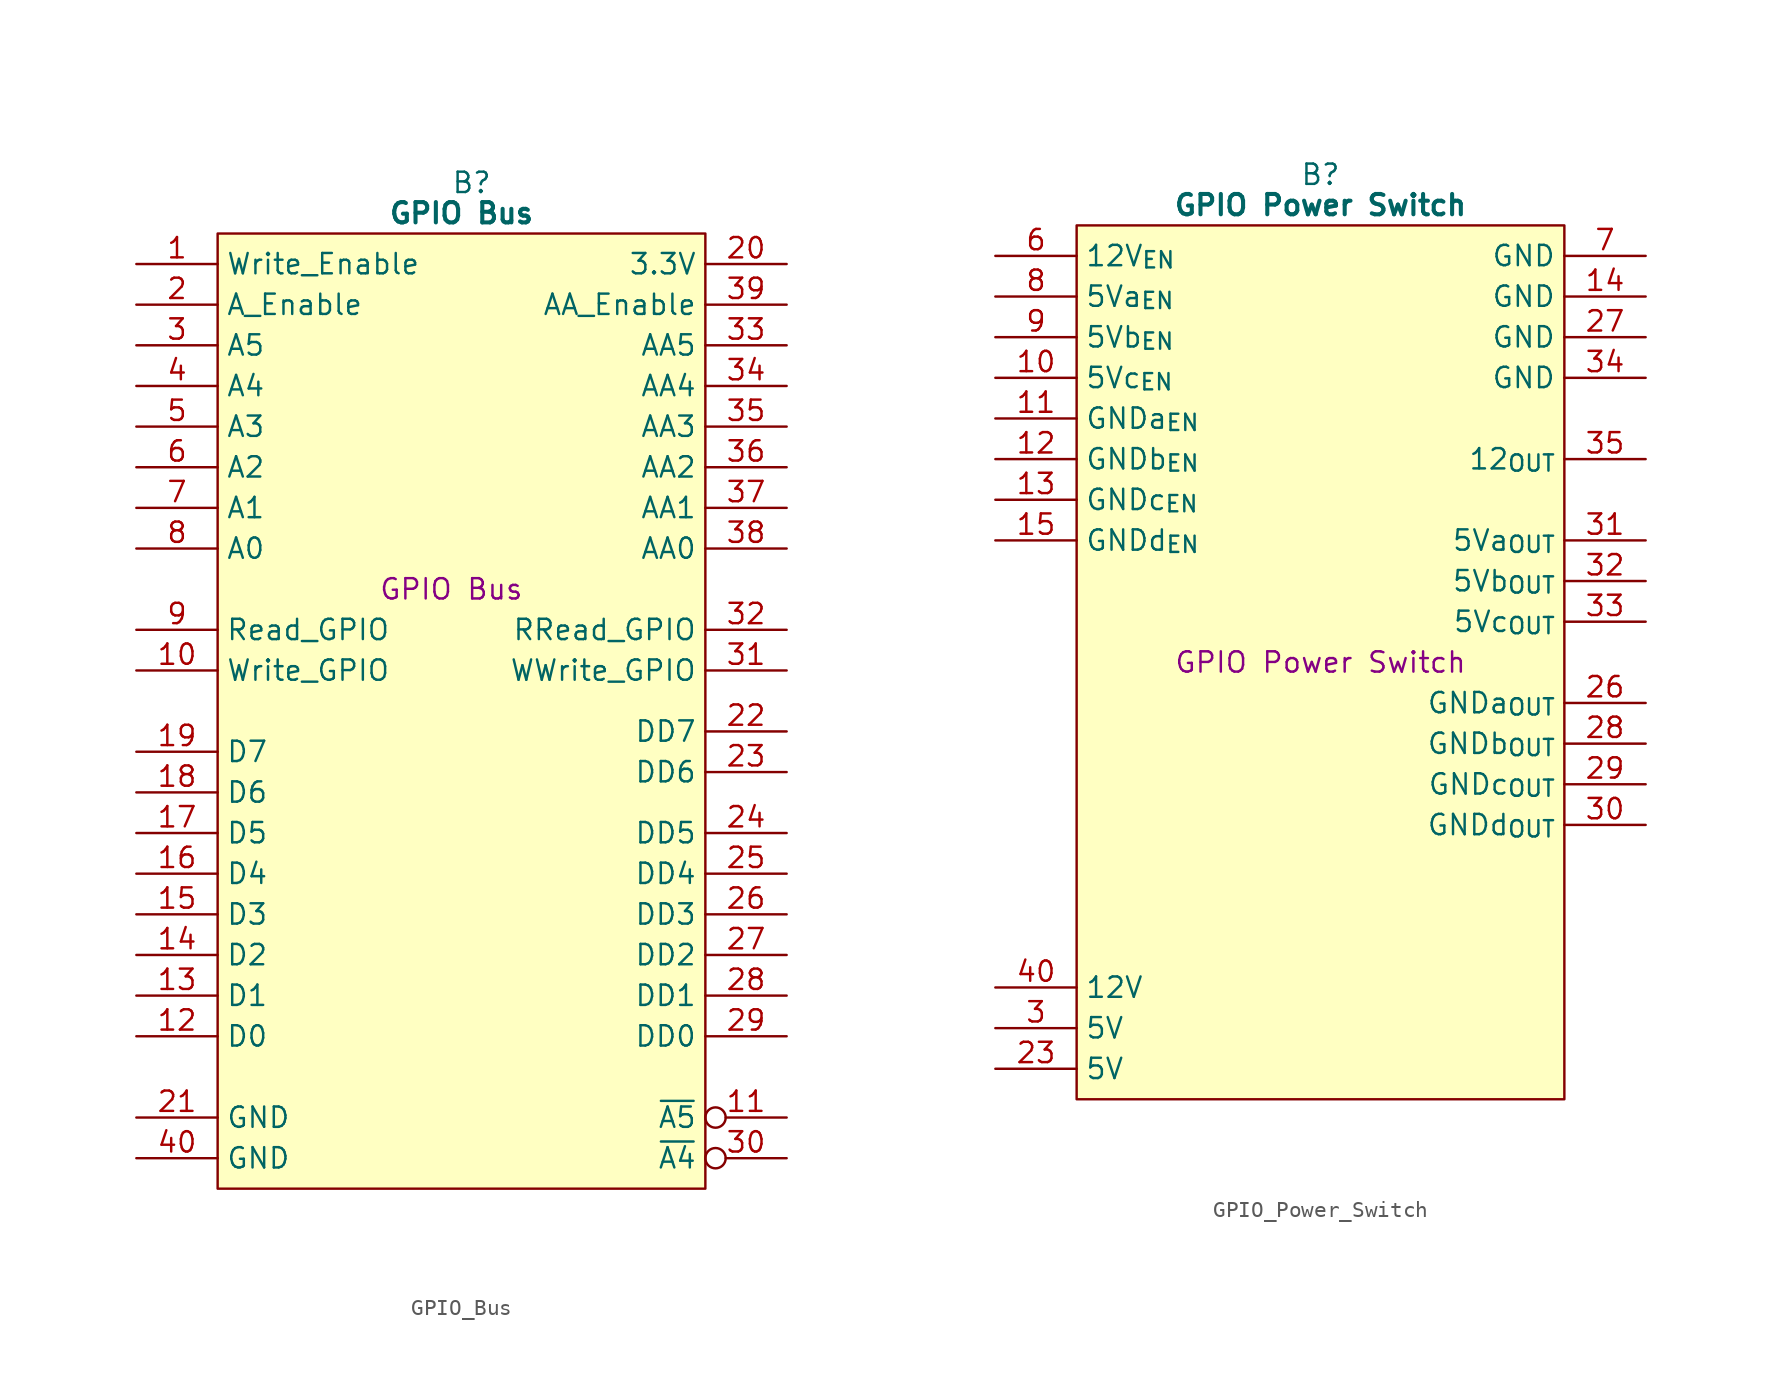
<source format=kicad_sym>
(kicad_symbol_lib
  (version 20241209)
  (generator "kicad_symbol_editor")
  (generator_version "9.0")
  (symbol "GPIO_Bus"
    (property "Reference" "B"
      (at 15.875 5.08 0)
      (effects (font (size 1.27 1.27))))
    (property "Value" "GPIO Bus"
      (at 15.24 3.175 0)
      (effects (font (size 1.27 1.27) (bold yes))))
    (property "Description" "GPIO Bus"
      (at 14.605 -20.32 0)
      (effects (font (size 1.27 1.27))))
    (symbol "GPIO_Bus_0_1"
      (polyline (pts (xy 0 1.905) (xy 30.48 1.905) (xy 30.48 -57.785) (xy 0 -57.785) (xy 0 1.905)) (stroke (width 0.152) (type default)) (fill (type background))))
    (symbol "GPIO_Bus_1_0"
      (pin passive line (at -5.08 -55.88 0) (length 5.08) (name "GND" (effects (font (size 1.27 1.27)))) (number "40" (effects (font (size 1.27 1.27)))))
      (pin output line (at 35.56 -2.54 180) (length 5.08) (name "AA_Enable" (effects (font (size 1.27 1.27)))) (number "39" (effects (font (size 1.27 1.27)))))
      (pin output line (at 35.56 -22.86 180) (length 5.08) (name "RRead_GPIO" (effects (font (size 1.27 1.27)))) (number "32" (effects (font (size 1.27 1.27))))))
    (symbol "GPIO_Bus_1_1"
      (pin input line (at -5.08 0 0) (length 5.08) (name "Write_Enable" (effects (font (size 1.27 1.27)))) (number "1" (effects (font (size 1.27 1.27)))))
      (pin input line (at -5.08 -2.54 0) (length 5.08) (name "A_Enable" (effects (font (size 1.27 1.27)))) (number "2" (effects (font (size 1.27 1.27)))))
      (pin input line (at -5.08 -5.08 0) (length 5.08) (name "A5" (effects (font (size 1.27 1.27)))) (number "3" (effects (font (size 1.27 1.27)))))
      (pin input line (at -5.08 -7.62 0) (length 5.08) (name "A4" (effects (font (size 1.27 1.27)))) (number "4" (effects (font (size 1.27 1.27)))))
      (pin input line (at -5.08 -10.16 0) (length 5.08) (name "A3" (effects (font (size 1.27 1.27)))) (number "5" (effects (font (size 1.27 1.27)))))
      (pin input line (at -5.08 -12.7 0) (length 5.08) (name "A2" (effects (font (size 1.27 1.27)))) (number "6" (effects (font (size 1.27 1.27)))))
      (pin input line (at -5.08 -15.24 0) (length 5.08) (name "A1" (effects (font (size 1.27 1.27)))) (number "7" (effects (font (size 1.27 1.27)))))
      (pin input line (at -5.08 -17.78 0) (length 5.08) (name "A0" (effects (font (size 1.27 1.27)))) (number "8" (effects (font (size 1.27 1.27)))))
      (pin input line (at -5.08 -22.86 0) (length 5.08) (name "Read_GPIO" (effects (font (size 1.27 1.27)))) (number "9" (effects (font (size 1.27 1.27)))))
      (pin input line (at -5.08 -25.4 0) (length 5.08) (name "Write_GPIO" (effects (font (size 1.27 1.27)))) (number "10" (effects (font (size 1.27 1.27)))))
      (pin tri_state line (at -5.08 -30.48 0) (length 5.08) (name "D7" (effects (font (size 1.27 1.27)))) (number "19" (effects (font (size 1.27 1.27)))))
      (pin tri_state line (at -5.08 -33.02 0) (length 5.08) (name "D6" (effects (font (size 1.27 1.27)))) (number "18" (effects (font (size 1.27 1.27)))))
      (pin tri_state line (at -5.08 -35.56 0) (length 5.08) (name "D5" (effects (font (size 1.27 1.27)))) (number "17" (effects (font (size 1.27 1.27)))))
      (pin tri_state line (at -5.08 -38.1 0) (length 5.08) (name "D4" (effects (font (size 1.27 1.27)))) (number "16" (effects (font (size 1.27 1.27)))))
      (pin tri_state line (at -5.08 -40.64 0) (length 5.08) (name "D3" (effects (font (size 1.27 1.27)))) (number "15" (effects (font (size 1.27 1.27)))))
      (pin tri_state line (at -5.08 -43.18 0) (length 5.08) (name "D2" (effects (font (size 1.27 1.27)))) (number "14" (effects (font (size 1.27 1.27)))))
      (pin tri_state line (at -5.08 -45.72 0) (length 5.08) (name "D1" (effects (font (size 1.27 1.27)))) (number "13" (effects (font (size 1.27 1.27)))))
      (pin tri_state line (at -5.08 -48.26 0) (length 5.08) (name "D0" (effects (font (size 1.27 1.27)))) (number "12" (effects (font (size 1.27 1.27)))))
      (pin passive line (at -5.08 -53.34 0) (length 5.08) (name "GND" (effects (font (size 1.27 1.27)))) (number "21" (effects (font (size 1.27 1.27)))))
      (pin passive line (at 35.56 0 180) (length 5.08) (name "3.3V" (effects (font (size 1.27 1.27)))) (number "20" (effects (font (size 1.27 1.27)))))
      (pin output line (at 35.56 -5.08 180) (length 5.08) (name "AA5" (effects (font (size 1.27 1.27)))) (number "33" (effects (font (size 1.27 1.27)))))
      (pin output line (at 35.56 -7.62 180) (length 5.08) (name "AA4" (effects (font (size 1.27 1.27)))) (number "34" (effects (font (size 1.27 1.27)))))
      (pin output line (at 35.56 -10.16 180) (length 5.08) (name "AA3" (effects (font (size 1.27 1.27)))) (number "35" (effects (font (size 1.27 1.27)))))
      (pin output line (at 35.56 -12.7 180) (length 5.08) (name "AA2" (effects (font (size 1.27 1.27)))) (number "36" (effects (font (size 1.27 1.27)))))
      (pin output line (at 35.56 -15.24 180) (length 5.08) (name "AA1" (effects (font (size 1.27 1.27)))) (number "37" (effects (font (size 1.27 1.27)))))
      (pin output line (at 35.56 -17.78 180) (length 5.08) (name "AA0" (effects (font (size 1.27 1.27)))) (number "38" (effects (font (size 1.27 1.27)))))
      (pin output line (at 35.56 -25.4 180) (length 5.08) (name "WWrite_GPIO" (effects (font (size 1.27 1.27)))) (number "31" (effects (font (size 1.27 1.27)))))
      (pin tri_state line (at 35.56 -29.21 180) (length 5.08) (name "DD7" (effects (font (size 1.27 1.27)))) (number "22" (effects (font (size 1.27 1.27)))))
      (pin tri_state line (at 35.56 -31.75 180) (length 5.08) (name "DD6" (effects (font (size 1.27 1.27)))) (number "23" (effects (font (size 1.27 1.27)))))
      (pin tri_state line (at 35.56 -35.56 180) (length 5.08) (name "DD5" (effects (font (size 1.27 1.27)))) (number "24" (effects (font (size 1.27 1.27)))))
      (pin tri_state line (at 35.56 -38.1 180) (length 5.08) (name "DD4" (effects (font (size 1.27 1.27)))) (number "25" (effects (font (size 1.27 1.27)))))
      (pin tri_state line (at 35.56 -40.64 180) (length 5.08) (name "DD3" (effects (font (size 1.27 1.27)))) (number "26" (effects (font (size 1.27 1.27)))))
      (pin tri_state line (at 35.56 -43.18 180) (length 5.08) (name "DD2" (effects (font (size 1.27 1.27)))) (number "27" (effects (font (size 1.27 1.27)))))
      (pin tri_state line (at 35.56 -45.72 180) (length 5.08) (name "DD1" (effects (font (size 1.27 1.27)))) (number "28" (effects (font (size 1.27 1.27)))))
      (pin tri_state line (at 35.56 -48.26 180) (length 5.08) (name "DD0" (effects (font (size 1.27 1.27)))) (number "29" (effects (font (size 1.27 1.27)))))
      (pin output inverted (at 35.56 -53.34 180) (length 5.08) (name "~{A5}" (effects (font (size 1.27 1.27)))) (number "11" (effects (font (size 1.27 1.27)))))
      (pin output inverted (at 35.56 -55.88 180) (length 5.08) (name "~{A4}" (effects (font (size 1.27 1.27)))) (number "30" (effects (font (size 1.27 1.27)))))))
  (symbol "GPIO_Power_Switch"
    (property "Reference" "B"
      (at 15.24 5.08 0)
      (effects (font (size 1.27 1.27))))
    (property "Value" "GPIO Power Switch"
      (at 15.24 3.175 0)
      (effects (font (size 1.27 1.27) (bold yes))))
    (property "Description" "GPIO Power Switch"
      (at 15.24 -25.4 0)
      (effects (font (size 1.27 1.27))))
    (symbol "GPIO_Power_Switch_0_1"
      (polyline (pts (xy 0 1.905) (xy 30.48 1.905) (xy 30.48 -52.705) (xy 0 -52.705) (xy 0 1.905)) (stroke (width 0.152) (type default)) (fill (type background))))
    (symbol "GPIO_Power_Switch_1_0"
      (pin passive line (at -5.08 -45.72 0) (length 5.08) (name "12V" (effects (font (size 1.27 1.27)))) (number "40" (effects (font (size 1.27 1.27)))))
      (pin passive line (at 35.56 -20.32 180) (length 5.08) (name "5Vb_{OUT}" (effects (font (size 1.27 1.27)))) (number "32" (effects (font (size 1.27 1.27)))))
      (pin no_connect line (at 35.56 -45.72 180) (length 5.08) (hide yes) (name "N.C." (effects (font (size 1.27 1.27)))) (number "39" (effects (font (size 1.27 1.27))))))
    (symbol "GPIO_Power_Switch_1_1"
      (pin input line (at -5.08 0 0) (length 5.08) (name "12V_{EN}" (effects (font (size 1.27 1.27)))) (number "6" (effects (font (size 1.27 1.27)))))
      (pin input line (at -5.08 -2.54 0) (length 5.08) (name "5Va_{EN}" (effects (font (size 1.27 1.27)))) (number "8" (effects (font (size 1.27 1.27)))))
      (pin input line (at -5.08 -5.08 0) (length 5.08) (name "5Vb_{EN}" (effects (font (size 1.27 1.27)))) (number "9" (effects (font (size 1.27 1.27)))))
      (pin input line (at -5.08 -7.62 0) (length 5.08) (name "5Vc_{EN}" (effects (font (size 1.27 1.27)))) (number "10" (effects (font (size 1.27 1.27)))))
      (pin input line (at -5.08 -10.16 0) (length 5.08) (name "GNDa_{EN}" (effects (font (size 1.27 1.27)))) (number "11" (effects (font (size 1.27 1.27)))))
      (pin input line (at -5.08 -12.7 0) (length 5.08) (name "GNDb_{EN}" (effects (font (size 1.27 1.27)))) (number "12" (effects (font (size 1.27 1.27)))))
      (pin input line (at -5.08 -15.24 0) (length 5.08) (name "GNDc_{EN}" (effects (font (size 1.27 1.27)))) (number "13" (effects (font (size 1.27 1.27)))))
      (pin input line (at -5.08 -17.78 0) (length 5.08) (name "GNDd_{EN}" (effects (font (size 1.27 1.27)))) (number "15" (effects (font (size 1.27 1.27)))))
      (pin no_connect line (at -5.08 -20.32 0) (length 5.08) (hide yes) (name "N.C." (effects (font (size 1.27 1.27)))) (number "1" (effects (font (size 1.27 1.27)))))
      (pin no_connect line (at -5.08 -22.86 0) (length 5.08) (hide yes) (name "N.C." (effects (font (size 1.27 1.27)))) (number "2" (effects (font (size 1.27 1.27)))))
      (pin no_connect line (at -5.08 -25.4 0) (length 5.08) (hide yes) (name "N.C." (effects (font (size 1.27 1.27)))) (number "4" (effects (font (size 1.27 1.27)))))
      (pin no_connect line (at -5.08 -27.94 0) (length 5.08) (hide yes) (name "N.C." (effects (font (size 1.27 1.27)))) (number "5" (effects (font (size 1.27 1.27)))))
      (pin no_connect line (at -5.08 -30.48 0) (length 5.08) (hide yes) (name "N.C." (effects (font (size 1.27 1.27)))) (number "16" (effects (font (size 1.27 1.27)))))
      (pin no_connect line (at -5.08 -33.02 0) (length 5.08) (hide yes) (name "N.C." (effects (font (size 1.27 1.27)))) (number "17" (effects (font (size 1.27 1.27)))))
      (pin no_connect line (at -5.08 -35.56 0) (length 5.08) (hide yes) (name "N.C." (effects (font (size 1.27 1.27)))) (number "18" (effects (font (size 1.27 1.27)))))
      (pin no_connect line (at -5.08 -38.1 0) (length 5.08) (hide yes) (name "N.C." (effects (font (size 1.27 1.27)))) (number "19" (effects (font (size 1.27 1.27)))))
      (pin no_connect line (at -5.08 -40.64 0) (length 5.08) (hide yes) (name "N.C." (effects (font (size 1.27 1.27)))) (number "20" (effects (font (size 1.27 1.27)))))
      (pin no_connect line (at -5.08 -43.18 0) (length 5.08) (hide yes) (name "N.C." (effects (font (size 1.27 1.27)))) (number "21" (effects (font (size 1.27 1.27)))))
      (pin passive line (at -5.08 -48.26 0) (length 5.08) (name "5V" (effects (font (size 1.27 1.27)))) (number "3" (effects (font (size 1.27 1.27)))))
      (pin passive line (at -5.08 -50.8 0) (length 5.08) (name "5V" (effects (font (size 1.27 1.27)))) (number "23" (effects (font (size 1.27 1.27)))))
      (pin passive line (at 35.56 0 180) (length 5.08) (name "GND" (effects (font (size 1.27 1.27)))) (number "7" (effects (font (size 1.27 1.27)))))
      (pin passive line (at 35.56 -2.54 180) (length 5.08) (name "GND" (effects (font (size 1.27 1.27)))) (number "14" (effects (font (size 1.27 1.27)))))
      (pin passive line (at 35.56 -5.08 180) (length 5.08) (name "GND" (effects (font (size 1.27 1.27)))) (number "27" (effects (font (size 1.27 1.27)))))
      (pin passive line (at 35.56 -7.62 180) (length 5.08) (name "GND" (effects (font (size 1.27 1.27)))) (number "34" (effects (font (size 1.27 1.27)))))
      (pin no_connect line (at 35.56 -10.16 180) (length 5.08) (hide yes) (name "N.C." (effects (font (size 1.27 1.27)))) (number "22" (effects (font (size 1.27 1.27)))))
      (pin passive line (at 35.56 -12.7 180) (length 5.08) (name "12_{OUT}" (effects (font (size 1.27 1.27)))) (number "35" (effects (font (size 1.27 1.27)))))
      (pin passive line (at 35.56 -17.78 180) (length 5.08) (name "5Va_{OUT}" (effects (font (size 1.27 1.27)))) (number "31" (effects (font (size 1.27 1.27)))))
      (pin passive line (at 35.56 -22.86 180) (length 5.08) (name "5Vc_{OUT}" (effects (font (size 1.27 1.27)))) (number "33" (effects (font (size 1.27 1.27)))))
      (pin passive line (at 35.56 -27.94 180) (length 5.08) (name "GNDa_{OUT}" (effects (font (size 1.27 1.27)))) (number "26" (effects (font (size 1.27 1.27)))))
      (pin passive line (at 35.56 -30.48 180) (length 5.08) (name "GNDb_{OUT}" (effects (font (size 1.27 1.27)))) (number "28" (effects (font (size 1.27 1.27)))))
      (pin passive line (at 35.56 -33.02 180) (length 5.08) (name "GNDc_{OUT}" (effects (font (size 1.27 1.27)))) (number "29" (effects (font (size 1.27 1.27)))))
      (pin passive line (at 35.56 -35.56 180) (length 5.08) (name "GNDd_{OUT}" (effects (font (size 1.27 1.27)))) (number "30" (effects (font (size 1.27 1.27)))))
      (pin no_connect line (at 35.56 -38.1 180) (length 5.08) (hide yes) (name "N.C." (effects (font (size 1.27 1.27)))) (number "36" (effects (font (size 1.27 1.27)))))
      (pin no_connect line (at 35.56 -40.64 180) (length 5.08) (hide yes) (name "N.C." (effects (font (size 1.27 1.27)))) (number "37" (effects (font (size 1.27 1.27)))))
      (pin no_connect line (at 35.56 -43.18 180) (length 5.08) (hide yes) (name "N.C." (effects (font (size 1.27 1.27)))) (number "38" (effects (font (size 1.27 1.27)))))
      (pin no_connect line (at 35.56 -48.26 180) (length 5.08) (hide yes) (name "N.C." (effects (font (size 1.27 1.27)))) (number "25" (effects (font (size 1.27 1.27)))))
      (pin no_connect line (at 35.56 -50.8 180) (length 5.08) (hide yes) (name "N.C." (effects (font (size 1.27 1.27)))) (number "24" (effects (font (size 1.27 1.27))))))))
</source>
